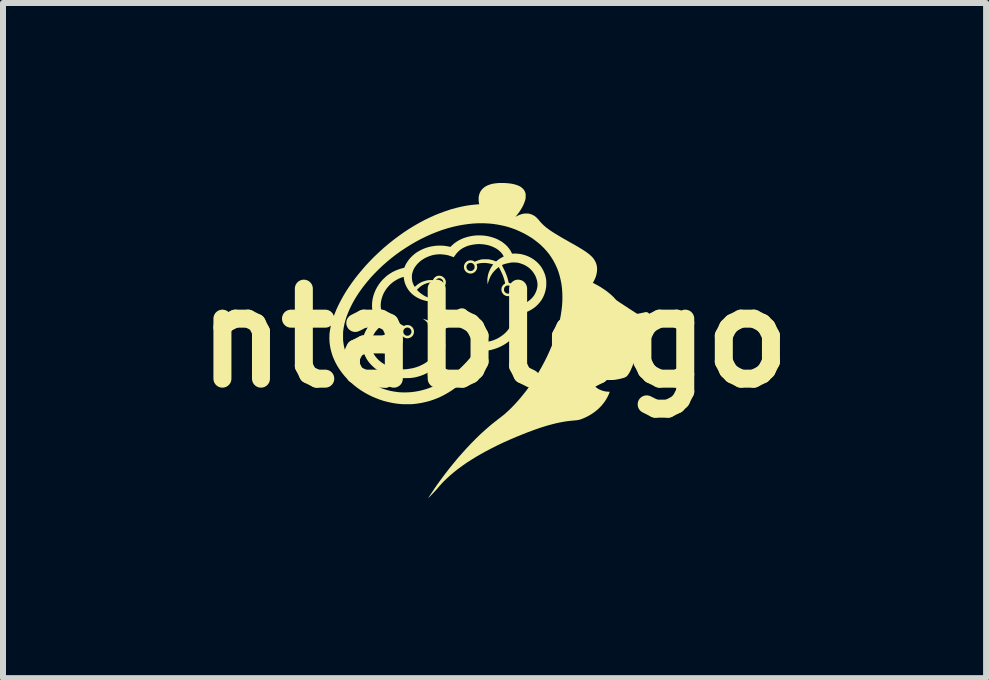
<source format=kicad_pcb>
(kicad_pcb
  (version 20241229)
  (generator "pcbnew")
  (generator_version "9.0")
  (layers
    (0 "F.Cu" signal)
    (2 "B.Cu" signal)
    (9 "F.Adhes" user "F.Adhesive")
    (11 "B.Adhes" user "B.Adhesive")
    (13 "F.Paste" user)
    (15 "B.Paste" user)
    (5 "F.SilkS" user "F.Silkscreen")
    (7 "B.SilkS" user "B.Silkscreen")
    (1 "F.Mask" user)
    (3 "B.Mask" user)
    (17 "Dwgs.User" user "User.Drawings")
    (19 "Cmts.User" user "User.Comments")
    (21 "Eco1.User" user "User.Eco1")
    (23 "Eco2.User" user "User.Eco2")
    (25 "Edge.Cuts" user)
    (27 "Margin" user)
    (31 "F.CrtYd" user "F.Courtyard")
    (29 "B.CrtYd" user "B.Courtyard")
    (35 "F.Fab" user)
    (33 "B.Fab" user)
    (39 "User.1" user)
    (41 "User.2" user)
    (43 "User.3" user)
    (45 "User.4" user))
  (footprint "ntablogo"
    (layer "F.Cu")
    (at 5.193 2.583)
    (property "Reference" "ntablogo" (at 0 0 0) (layer "F.SilkS") (effects (font (size 1.5 1.5) (thickness 0.3))))
    (attr board_only exclude_from_pos_files exclude_from_bom)
    (fp_poly (pts (xy 0.159 -2.583) (xy 0.206 -2.58) (xy 0.249 -2.576) (xy 0.289 -2.57) (xy 0.325 -2.562) (xy 0.358 -2.553) (xy 0.388 -2.542) (xy 0.41 -2.533) (xy 0.426 -2.524) (xy 0.439 -2.516) (xy 0.451 -2.507) (xy 0.463 -2.497) (xy 0.472 -2.488) (xy 0.485 -2.474) (xy 0.496 -2.459) (xy 0.504 -2.443) (xy 0.511 -2.425) (xy 0.514 -2.417) (xy 0.516 -2.41) (xy 0.518 -2.403) (xy 0.519 -2.396) (xy 0.519 -2.388) (xy 0.519 -2.379) (xy 0.519 -2.367) (xy 0.519 -2.349) (xy 0.518 -2.334) (xy 0.516 -2.319) (xy 0.513 -2.304) (xy 0.508 -2.287) (xy 0.504 -2.276) (xy 0.492 -2.243) (xy 0.477 -2.209) (xy 0.459 -2.174) (xy 0.437 -2.138) (xy 0.414 -2.102) (xy 0.387 -2.066) (xy 0.368 -2.042) (xy 0.348 -2.017) (xy 0.359 -2.024) (xy 0.373 -2.032) (xy 0.39 -2.04) (xy 0.408 -2.048) (xy 0.425 -2.055) (xy 0.438 -2.059) (xy 0.456 -2.065) (xy 0.472 -2.069) (xy 0.486 -2.072) (xy 0.502 -2.073) (xy 0.519 -2.074) (xy 0.532 -2.074) (xy 0.546 -2.074) (xy 0.556 -2.074) (xy 0.565 -2.073) (xy 0.572 -2.072) (xy 0.579 -2.07) (xy 0.587 -2.069) (xy 0.611 -2.061) (xy 0.633 -2.052) (xy 0.654 -2.041) (xy 0.674 -2.028) (xy 0.693 -2.013) (xy 0.712 -1.994) (xy 0.732 -1.973) (xy 0.749 -1.952) (xy 0.763 -1.935) (xy 0.778 -1.918) (xy 0.794 -1.902) (xy 0.81 -1.886) (xy 0.828 -1.87) (xy 0.847 -1.853) (xy 0.867 -1.837) (xy 0.89 -1.82) (xy 0.914 -1.802) (xy 0.94 -1.784) (xy 0.969 -1.765) (xy 1 -1.745) (xy 1.034 -1.725) (xy 1.07 -1.703) (xy 1.11 -1.679) (xy 1.153 -1.654) (xy 1.2 -1.628) (xy 1.224 -1.614) (xy 1.264 -1.591) (xy 1.302 -1.57) (xy 1.336 -1.551) (xy 1.368 -1.532) (xy 1.396 -1.516) (xy 1.422 -1.5) (xy 1.446 -1.486) (xy 1.468 -1.472) (xy 1.487 -1.46) (xy 1.505 -1.448) (xy 1.522 -1.437) (xy 1.538 -1.426) (xy 1.552 -1.415) (xy 1.566 -1.404) (xy 1.579 -1.394) (xy 1.592 -1.383) (xy 1.598 -1.377) (xy 1.626 -1.351) (xy 1.65 -1.323) (xy 1.669 -1.294) (xy 1.685 -1.263) (xy 1.697 -1.232) (xy 1.705 -1.199) (xy 1.709 -1.165) (xy 1.709 -1.13) (xy 1.705 -1.094) (xy 1.698 -1.056) (xy 1.689 -1.026) (xy 1.684 -1.011) (xy 1.677 -0.994) (xy 1.669 -0.977) (xy 1.661 -0.959) (xy 1.653 -0.943) (xy 1.645 -0.93) (xy 1.645 -0.929) (xy 1.638 -0.919) (xy 1.66 -0.908) (xy 1.714 -0.879) (xy 1.768 -0.848) (xy 1.82 -0.814) (xy 1.87 -0.779) (xy 1.916 -0.742) (xy 1.928 -0.732) (xy 1.941 -0.721) (xy 1.955 -0.708) (xy 1.97 -0.694) (xy 1.984 -0.68) (xy 1.997 -0.666) (xy 2.009 -0.653) (xy 2.018 -0.643) (xy 2.021 -0.64) (xy 2.023 -0.638) (xy 2.025 -0.635) (xy 2.028 -0.633) (xy 2.032 -0.63) (xy 2.036 -0.626) (xy 2.042 -0.622) (xy 2.049 -0.617) (xy 2.057 -0.612) (xy 2.067 -0.605) (xy 2.079 -0.597) (xy 2.093 -0.587) (xy 2.11 -0.576) (xy 2.129 -0.564) (xy 2.151 -0.549) (xy 2.176 -0.533) (xy 2.204 -0.515) (xy 2.234 -0.495) (xy 2.26 -0.478) (xy 2.283 -0.463) (xy 2.303 -0.45) (xy 2.321 -0.439) (xy 2.336 -0.429) (xy 2.348 -0.421) (xy 2.359 -0.415) (xy 2.367 -0.41) (xy 2.373 -0.406) (xy 2.378 -0.404) (xy 2.381 -0.403) (xy 2.382 -0.402) (xy 2.388 -0.403) (xy 2.397 -0.405) (xy 2.409 -0.407) (xy 2.422 -0.41) (xy 2.436 -0.413) (xy 2.451 -0.416) (xy 2.465 -0.419) (xy 2.477 -0.422) (xy 2.487 -0.424) (xy 2.487 -0.424) (xy 2.505 -0.428) (xy 2.52 -0.431) (xy 2.532 -0.431) (xy 2.543 -0.429) (xy 2.552 -0.425) (xy 2.561 -0.419) (xy 2.571 -0.411) (xy 2.573 -0.408) (xy 2.586 -0.392) (xy 2.596 -0.372) (xy 2.606 -0.349) (xy 2.613 -0.323) (xy 2.616 -0.309) (xy 2.618 -0.294) (xy 2.619 -0.276) (xy 2.62 -0.257) (xy 2.619 -0.237) (xy 2.618 -0.219) (xy 2.616 -0.203) (xy 2.615 -0.2) (xy 2.607 -0.17) (xy 2.597 -0.144) (xy 2.589 -0.129) (xy 2.584 -0.12) (xy 2.581 -0.114) (xy 2.58 -0.108) (xy 2.58 -0.102) (xy 2.58 -0.102) (xy 2.579 -0.089) (xy 2.577 -0.074) (xy 2.575 -0.059) (xy 2.572 -0.044) (xy 2.571 -0.041) (xy 2.563 -0.015) (xy 2.552 0.007) (xy 2.539 0.027) (xy 2.523 0.043) (xy 2.505 0.057) (xy 2.484 0.067) (xy 2.484 0.067) (xy 2.474 0.07) (xy 2.461 0.073) (xy 2.448 0.076) (xy 2.436 0.077) (xy 2.427 0.078) (xy 2.418 0.078) (xy 2.407 0.122) (xy 2.401 0.145) (xy 2.394 0.171) (xy 2.387 0.198) (xy 2.379 0.227) (xy 2.37 0.255) (xy 2.362 0.283) (xy 2.354 0.309) (xy 2.347 0.332) (xy 2.342 0.347) (xy 2.326 0.395) (xy 2.31 0.439) (xy 2.295 0.479) (xy 2.279 0.515) (xy 2.265 0.547) (xy 2.25 0.575) (xy 2.236 0.598) (xy 2.222 0.618) (xy 2.208 0.634) (xy 2.195 0.646) (xy 2.187 0.651) (xy 2.175 0.657) (xy 2.16 0.663) (xy 2.142 0.668) (xy 2.122 0.674) (xy 2.1 0.679) (xy 2.077 0.685) (xy 2.054 0.689) (xy 2.03 0.694) (xy 2.007 0.697) (xy 1.992 0.699) (xy 1.981 0.7) (xy 1.966 0.701) (xy 1.949 0.701) (xy 1.931 0.701) (xy 1.911 0.702) (xy 1.891 0.701) (xy 1.872 0.701) (xy 1.855 0.701) (xy 1.84 0.7) (xy 1.828 0.699) (xy 1.828 0.699) (xy 1.789 0.694) (xy 1.751 0.689) (xy 1.715 0.682) (xy 1.677 0.673) (xy 1.653 0.668) (xy 1.641 0.665) (xy 1.63 0.662) (xy 1.621 0.66) (xy 1.615 0.659) (xy 1.612 0.658) (xy 1.612 0.658) (xy 1.612 0.661) (xy 1.613 0.666) (xy 1.614 0.674) (xy 1.616 0.682) (xy 1.624 0.715) (xy 1.636 0.745) (xy 1.65 0.772) (xy 1.667 0.796) (xy 1.686 0.818) (xy 1.709 0.836) (xy 1.719 0.843) (xy 1.745 0.858) (xy 1.774 0.87) (xy 1.805 0.881) (xy 1.837 0.889) (xy 1.868 0.894) (xy 1.899 0.896) (xy 1.902 0.896) (xy 1.91 0.896) (xy 1.916 0.896) (xy 1.92 0.897) (xy 1.92 0.897) (xy 1.919 0.9) (xy 1.917 0.907) (xy 1.913 0.916) (xy 1.909 0.927) (xy 1.904 0.939) (xy 1.899 0.951) (xy 1.893 0.963) (xy 1.888 0.974) (xy 1.888 0.974) (xy 1.862 1.021) (xy 1.833 1.066) (xy 1.8 1.108) (xy 1.764 1.149) (xy 1.725 1.187) (xy 1.683 1.222) (xy 1.638 1.255) (xy 1.59 1.285) (xy 1.539 1.313) (xy 1.485 1.338) (xy 1.474 1.342) (xy 1.458 1.348) (xy 1.444 1.354) (xy 1.431 1.359) (xy 1.418 1.362) (xy 1.406 1.365) (xy 1.393 1.368) (xy 1.378 1.37) (xy 1.362 1.372) (xy 1.343 1.374) (xy 1.321 1.376) (xy 1.31 1.377) (xy 1.257 1.382) (xy 1.202 1.389) (xy 1.145 1.398) (xy 1.086 1.409) (xy 1.026 1.422) (xy 0.963 1.438) (xy 0.899 1.455) (xy 0.832 1.475) (xy 0.762 1.497) (xy 0.69 1.522) (xy 0.616 1.549) (xy 0.538 1.578) (xy 0.458 1.61) (xy 0.374 1.644) (xy 0.358 1.651) (xy 0.252 1.696) (xy 0.149 1.742) (xy 0.05 1.789) (xy -0.045 1.837) (xy -0.137 1.885) (xy -0.226 1.934) (xy -0.31 1.983) (xy -0.391 2.033) (xy -0.469 2.083) (xy -0.542 2.134) (xy -0.612 2.186) (xy -0.678 2.238) (xy -0.739 2.29) (xy -0.797 2.343) (xy -0.834 2.379) (xy -0.85 2.394) (xy -0.865 2.41) (xy -0.88 2.426) (xy -0.895 2.443) (xy -0.912 2.461) (xy -0.93 2.482) (xy -0.946 2.502) (xy -0.954 2.511) (xy -0.964 2.522) (xy -0.975 2.534) (xy -0.987 2.547) (xy -0.999 2.56) (xy -1.012 2.574) (xy -1.025 2.588) (xy -1.038 2.602) (xy -1.051 2.615) (xy -1.063 2.628) (xy -1.074 2.639) (xy -1.084 2.649) (xy -1.092 2.658) (xy -1.098 2.664) (xy -1.103 2.668) (xy -1.105 2.67) (xy -1.105 2.669) (xy -1.102 2.664) (xy -1.098 2.657) (xy -1.091 2.646) (xy -1.083 2.633) (xy -1.073 2.619) (xy -1.063 2.603) (xy -1.051 2.585) (xy -1.039 2.567) (xy -1.027 2.549) (xy -1.014 2.53) (xy -1.002 2.512) (xy -0.99 2.494) (xy -0.978 2.478) (xy -0.968 2.462) (xy -0.966 2.459) (xy -0.897 2.364) (xy -0.827 2.27) (xy -0.756 2.178) (xy -0.683 2.088) (xy -0.61 2) (xy -0.535 1.915) (xy -0.461 1.833) (xy -0.386 1.754) (xy -0.311 1.678) (xy -0.236 1.605) (xy -0.161 1.537) (xy -0.129 1.509) (xy -0.09 1.475) (xy -0.051 1.442) (xy -0.011 1.41) (xy 0.03 1.378) (xy 0.073 1.344) (xy 0.082 1.337) (xy 0.116 1.311) (xy 0.148 1.286) (xy 0.178 1.261) (xy 0.206 1.235) (xy 0.235 1.209) (xy 0.265 1.18) (xy 0.282 1.163) (xy 0.344 1.099) (xy 0.405 1.031) (xy 0.465 0.959) (xy 0.524 0.885) (xy 0.581 0.808) (xy 0.636 0.728) (xy 0.689 0.646) (xy 0.74 0.562) (xy 0.789 0.476) (xy 0.835 0.39) (xy 0.879 0.302) (xy 0.919 0.213) (xy 0.957 0.125) (xy 0.96 0.118) (xy 0.992 0.033) (xy 1.022 -0.052) (xy 1.047 -0.135) (xy 1.07 -0.218) (xy 1.089 -0.299) (xy 1.104 -0.379) (xy 1.116 -0.458) (xy 1.125 -0.535) (xy 1.13 -0.611) (xy 1.131 -0.686) (xy 1.129 -0.759) (xy 1.124 -0.83) (xy 1.115 -0.9) (xy 1.102 -0.967) (xy 1.086 -1.033) (xy 1.067 -1.097) (xy 1.044 -1.159) (xy 1.037 -1.175) (xy 1.009 -1.235) (xy 0.978 -1.293) (xy 0.943 -1.349) (xy 0.905 -1.403) (xy 0.863 -1.454) (xy 0.818 -1.503) (xy 0.77 -1.55) (xy 0.718 -1.594) (xy 0.663 -1.636) (xy 0.624 -1.664) (xy 0.558 -1.705) (xy 0.49 -1.743) (xy 0.421 -1.776) (xy 0.351 -1.807) (xy 0.279 -1.833) (xy 0.205 -1.856) (xy 0.13 -1.874) (xy 0.053 -1.889) (xy -0.024 -1.901) (xy -0.104 -1.908) (xy -0.184 -1.912) (xy -0.265 -1.912) (xy -0.348 -1.908) (xy -0.431 -1.9) (xy -0.516 -1.888) (xy -0.602 -1.873) (xy -0.606 -1.872) (xy -0.694 -1.852) (xy -0.783 -1.828) (xy -0.872 -1.8) (xy -0.96 -1.768) (xy -1.048 -1.733) (xy -1.135 -1.694) (xy -1.222 -1.652) (xy -1.308 -1.606) (xy -1.393 -1.557) (xy -1.476 -1.505) (xy -1.558 -1.451) (xy -1.639 -1.393) (xy -1.717 -1.333) (xy -1.793 -1.27) (xy -1.868 -1.204) (xy -1.939 -1.136) (xy -2.008 -1.066) (xy -2.075 -0.994) (xy -2.078 -0.989) (xy -2.131 -0.927) (xy -2.181 -0.864) (xy -2.228 -0.801) (xy -2.272 -0.737) (xy -2.313 -0.673) (xy -2.35 -0.61) (xy -2.384 -0.546) (xy -2.415 -0.482) (xy -2.442 -0.419) (xy -2.466 -0.357) (xy -2.486 -0.295) (xy -2.502 -0.234) (xy -2.514 -0.174) (xy -2.521 -0.125) (xy -2.523 -0.113) (xy -2.524 -0.098) (xy -2.524 -0.08) (xy -2.525 -0.06) (xy -2.525 -0.039) (xy -2.525 -0.018) (xy -2.525 0.002) (xy -2.525 0.021) (xy -2.524 0.038) (xy -2.523 0.052) (xy -2.522 0.057) (xy -2.514 0.116) (xy -2.501 0.175) (xy -2.485 0.232) (xy -2.464 0.288) (xy -2.44 0.343) (xy -2.412 0.396) (xy -2.38 0.448) (xy -2.345 0.498) (xy -2.311 0.54) (xy -2.274 0.581) (xy -2.234 0.621) (xy -2.192 0.658) (xy -2.149 0.692) (xy -2.145 0.696) (xy -2.091 0.733) (xy -2.035 0.767) (xy -1.978 0.798) (xy -1.919 0.824) (xy -1.859 0.847) (xy -1.796 0.867) (xy -1.732 0.883) (xy -1.666 0.895) (xy -1.597 0.904) (xy -1.592 0.904) (xy -1.579 0.905) (xy -1.563 0.906) (xy -1.544 0.907) (xy -1.523 0.907) (xy -1.501 0.907) (xy -1.479 0.907) (xy -1.457 0.907) (xy -1.436 0.906) (xy -1.417 0.905) (xy -1.401 0.904) (xy -1.389 0.903) (xy -1.324 0.895) (xy -1.262 0.884) (xy -1.202 0.87) (xy -1.143 0.853) (xy -1.084 0.833) (xy -1.026 0.809) (xy -0.966 0.782) (xy -0.948 0.773) (xy -0.882 0.738) (xy -0.818 0.699) (xy -0.755 0.657) (xy -0.692 0.61) (xy -0.632 0.56) (xy -0.572 0.506) (xy -0.513 0.448) (xy -0.455 0.387) (xy -0.398 0.321) (xy -0.37 0.286) (xy -0.336 0.243) (xy -0.302 0.196) (xy -0.268 0.148) (xy -0.248 0.119) (xy -0.241 0.108) (xy -0.236 0.1) (xy -0.232 0.094) (xy -0.23 0.089) (xy -0.229 0.085) (xy -0.229 0.083) (xy -0.229 0.075) (xy -0.197 0.073) (xy -0.153 0.07) (xy -0.11 0.063) (xy -0.067 0.053) (xy -0.026 0.041) (xy 0.013 0.025) (xy 0.052 0.007) (xy 0.088 -0.014) (xy 0.122 -0.037) (xy 0.155 -0.062) (xy 0.184 -0.089) (xy 0.211 -0.118) (xy 0.235 -0.148) (xy 0.256 -0.18) (xy 0.273 -0.214) (xy 0.287 -0.248) (xy 0.295 -0.275) (xy 0.297 -0.282) (xy 0.298 -0.288) (xy 0.299 -0.295) (xy 0.299 -0.302) (xy 0.3 -0.312) (xy 0.3 -0.323) (xy 0.3 -0.338) (xy 0.3 -0.341) (xy 0.3 -0.356) (xy 0.3 -0.369) (xy 0.299 -0.381) (xy 0.298 -0.392) (xy 0.297 -0.403) (xy 0.294 -0.415) (xy 0.291 -0.428) (xy 0.288 -0.442) (xy 0.283 -0.459) (xy 0.277 -0.48) (xy 0.275 -0.486) (xy 0.271 -0.5) (xy 0.268 -0.513) (xy 0.265 -0.523) (xy 0.262 -0.532) (xy 0.261 -0.537) (xy 0.26 -0.539) (xy 0.26 -0.539) (xy 0.263 -0.54) (xy 0.268 -0.54) (xy 0.277 -0.54) (xy 0.288 -0.541) (xy 0.302 -0.541) (xy 0.317 -0.542) (xy 0.322 -0.542) (xy 0.344 -0.543) (xy 0.363 -0.544) (xy 0.379 -0.545) (xy 0.394 -0.547) (xy 0.407 -0.549) (xy 0.419 -0.551) (xy 0.432 -0.554) (xy 0.444 -0.557) (xy 0.48 -0.568) (xy 0.514 -0.583) (xy 0.547 -0.602) (xy 0.577 -0.623) (xy 0.605 -0.647) (xy 0.631 -0.673) (xy 0.654 -0.702) (xy 0.673 -0.733) (xy 0.689 -0.766) (xy 0.702 -0.8) (xy 0.706 -0.817) (xy 0.712 -0.842) (xy 0.715 -0.866) (xy 0.716 -0.888) (xy 0.715 -0.911) (xy 0.712 -0.936) (xy 0.706 -0.962) (xy 0.704 -0.971) (xy 0.692 -1.007) (xy 0.677 -1.042) (xy 0.657 -1.075) (xy 0.635 -1.107) (xy 0.608 -1.137) (xy 0.607 -1.138) (xy 0.578 -1.166) (xy 0.546 -1.189) (xy 0.512 -1.21) (xy 0.475 -1.227) (xy 0.437 -1.241) (xy 0.397 -1.252) (xy 0.38 -1.255) (xy 0.368 -1.256) (xy 0.353 -1.257) (xy 0.335 -1.258) (xy 0.321 -1.258) (xy 0.306 -1.258) (xy 0.295 -1.258) (xy 0.286 -1.257) (xy 0.278 -1.257) (xy 0.269 -1.255) (xy 0.26 -1.254) (xy 0.252 -1.252) (xy 0.238 -1.249) (xy 0.224 -1.246) (xy 0.209 -1.243) (xy 0.197 -1.24) (xy 0.197 -1.24) (xy 0.187 -1.238) (xy 0.176 -1.234) (xy 0.164 -1.231) (xy 0.153 -1.227) (xy 0.143 -1.223) (xy 0.134 -1.219) (xy 0.128 -1.216) (xy 0.125 -1.213) (xy 0.125 -1.213) (xy 0.126 -1.211) (xy 0.128 -1.205) (xy 0.131 -1.197) (xy 0.136 -1.187) (xy 0.142 -1.175) (xy 0.146 -1.167) (xy 0.161 -1.136) (xy 0.174 -1.109) (xy 0.185 -1.083) (xy 0.195 -1.059) (xy 0.204 -1.035) (xy 0.212 -1.012) (xy 0.219 -0.988) (xy 0.226 -0.962) (xy 0.227 -0.957) (xy 0.231 -0.943) (xy 0.233 -0.932) (xy 0.236 -0.925) (xy 0.238 -0.92) (xy 0.239 -0.918) (xy 0.241 -0.917) (xy 0.241 -0.917) (xy 0.261 -0.912) (xy 0.28 -0.903) (xy 0.297 -0.891) (xy 0.311 -0.876) (xy 0.323 -0.859) (xy 0.329 -0.844) (xy 0.333 -0.828) (xy 0.335 -0.811) (xy 0.334 -0.793) (xy 0.331 -0.776) (xy 0.33 -0.772) (xy 0.321 -0.753) (xy 0.31 -0.736) (xy 0.295 -0.722) (xy 0.278 -0.71) (xy 0.26 -0.702) (xy 0.24 -0.698) (xy 0.225 -0.697) (xy 0.204 -0.698) (xy 0.185 -0.704) (xy 0.167 -0.713) (xy 0.151 -0.725) (xy 0.138 -0.739) (xy 0.127 -0.756) (xy 0.119 -0.775) (xy 0.115 -0.796) (xy 0.115 -0.8) (xy 0.157 -0.8) (xy 0.158 -0.793) (xy 0.159 -0.787) (xy 0.161 -0.781) (xy 0.162 -0.78) (xy 0.171 -0.766) (xy 0.182 -0.754) (xy 0.195 -0.745) (xy 0.209 -0.74) (xy 0.225 -0.739) (xy 0.241 -0.741) (xy 0.255 -0.746) (xy 0.269 -0.755) (xy 0.281 -0.767) (xy 0.288 -0.78) (xy 0.291 -0.786) (xy 0.292 -0.792) (xy 0.293 -0.798) (xy 0.293 -0.807) (xy 0.292 -0.809) (xy 0.291 -0.824) (xy 0.287 -0.837) (xy 0.28 -0.848) (xy 0.273 -0.856) (xy 0.263 -0.864) (xy 0.254 -0.87) (xy 0.243 -0.873) (xy 0.23 -0.874) (xy 0.225 -0.874) (xy 0.211 -0.874) (xy 0.2 -0.871) (xy 0.19 -0.867) (xy 0.181 -0.859) (xy 0.177 -0.856) (xy 0.168 -0.846) (xy 0.162 -0.834) (xy 0.159 -0.821) (xy 0.158 -0.809) (xy 0.157 -0.8) (xy 0.115 -0.8) (xy 0.115 -0.8) (xy 0.115 -0.82) (xy 0.119 -0.84) (xy 0.127 -0.859) (xy 0.138 -0.875) (xy 0.151 -0.89) (xy 0.161 -0.897) (xy 0.167 -0.902) (xy 0.173 -0.905) (xy 0.176 -0.906) (xy 0.176 -0.907) (xy 0.177 -0.908) (xy 0.176 -0.913) (xy 0.174 -0.922) (xy 0.172 -0.934) (xy 0.17 -0.942) (xy 0.16 -0.976) (xy 0.15 -1.009) (xy 0.139 -1.04) (xy 0.129 -1.064) (xy 0.125 -1.074) (xy 0.119 -1.086) (xy 0.113 -1.098) (xy 0.107 -1.112) (xy 0.1 -1.126) (xy 0.093 -1.139) (xy 0.087 -1.151) (xy 0.082 -1.162) (xy 0.077 -1.171) (xy 0.074 -1.177) (xy 0.071 -1.181) (xy 0.071 -1.181) (xy 0.068 -1.18) (xy 0.064 -1.177) (xy 0.059 -1.173) (xy 0.026 -1.146) (xy -0.004 -1.116) (xy -0.031 -1.084) (xy -0.054 -1.05) (xy -0.054 -1.049) (xy -0.068 -1.025) (xy -0.08 -0.999) (xy -0.091 -0.971) (xy -0.101 -0.944) (xy -0.108 -0.918) (xy -0.109 -0.912) (xy -0.111 -0.905) (xy -0.112 -0.901) (xy -0.113 -0.899) (xy -0.114 -0.901) (xy -0.116 -0.907) (xy -0.117 -0.916) (xy -0.118 -0.929) (xy -0.118 -0.932) (xy -0.12 -0.967) (xy -0.117 -1.003) (xy -0.111 -1.039) (xy -0.102 -1.076) (xy -0.089 -1.111) (xy -0.073 -1.146) (xy -0.055 -1.179) (xy -0.036 -1.207) (xy -0.031 -1.214) (xy -0.026 -1.22) (xy -0.024 -1.223) (xy -0.024 -1.224) (xy -0.026 -1.226) (xy -0.031 -1.228) (xy -0.039 -1.23) (xy -0.05 -1.233) (xy -0.062 -1.236) (xy -0.075 -1.239) (xy -0.089 -1.242) (xy -0.103 -1.244) (xy -0.116 -1.246) (xy -0.124 -1.247) (xy -0.138 -1.249) (xy -0.154 -1.25) (xy -0.171 -1.25) (xy -0.19 -1.25) (xy -0.207 -1.249) (xy -0.223 -1.248) (xy -0.236 -1.247) (xy -0.238 -1.246) (xy -0.247 -1.245) (xy -0.257 -1.243) (xy -0.267 -1.241) (xy -0.277 -1.238) (xy -0.286 -1.236) (xy -0.293 -1.234) (xy -0.298 -1.232) (xy -0.298 -1.232) (xy -0.298 -1.23) (xy -0.297 -1.225) (xy -0.295 -1.218) (xy -0.295 -1.218) (xy -0.292 -1.206) (xy -0.29 -1.191) (xy -0.29 -1.177) (xy -0.291 -1.163) (xy -0.294 -1.153) (xy -0.302 -1.133) (xy -0.314 -1.115) (xy -0.328 -1.1) (xy -0.344 -1.089) (xy -0.362 -1.08) (xy -0.381 -1.075) (xy -0.401 -1.073) (xy -0.421 -1.075) (xy -0.422 -1.075) (xy -0.442 -1.082) (xy -0.46 -1.091) (xy -0.476 -1.103) (xy -0.489 -1.118) (xy -0.499 -1.135) (xy -0.506 -1.153) (xy -0.51 -1.173) (xy -0.51 -1.191) (xy -0.468 -1.191) (xy -0.468 -1.176) (xy -0.465 -1.161) (xy -0.458 -1.147) (xy -0.449 -1.135) (xy -0.44 -1.128) (xy -0.43 -1.122) (xy -0.421 -1.118) (xy -0.412 -1.117) (xy -0.4 -1.116) (xy -0.398 -1.116) (xy -0.387 -1.117) (xy -0.38 -1.118) (xy -0.373 -1.121) (xy -0.37 -1.122) (xy -0.356 -1.132) (xy -0.345 -1.144) (xy -0.338 -1.154) (xy -0.336 -1.159) (xy -0.334 -1.164) (xy -0.333 -1.171) (xy -0.333 -1.179) (xy -0.333 -1.183) (xy -0.333 -1.194) (xy -0.334 -1.201) (xy -0.335 -1.207) (xy -0.337 -1.212) (xy -0.337 -1.212) (xy -0.347 -1.227) (xy -0.358 -1.238) (xy -0.37 -1.245) (xy -0.386 -1.251) (xy -0.401 -1.252) (xy -0.417 -1.25) (xy -0.432 -1.244) (xy -0.446 -1.235) (xy -0.448 -1.232) (xy -0.458 -1.22) (xy -0.465 -1.206) (xy -0.468 -1.191) (xy -0.51 -1.191) (xy -0.51 -1.194) (xy -0.507 -1.21) (xy -0.501 -1.228) (xy -0.492 -1.245) (xy -0.48 -1.26) (xy -0.466 -1.273) (xy -0.451 -1.282) (xy -0.433 -1.289) (xy -0.413 -1.293) (xy -0.393 -1.294) (xy -0.373 -1.291) (xy -0.354 -1.285) (xy -0.34 -1.277) (xy -0.33 -1.27) (xy -0.311 -1.279) (xy -0.286 -1.289) (xy -0.259 -1.299) (xy -0.232 -1.306) (xy -0.225 -1.307) (xy -0.217 -1.309) (xy -0.209 -1.31) (xy -0.202 -1.311) (xy -0.193 -1.311) (xy -0.183 -1.312) (xy -0.17 -1.312) (xy -0.154 -1.312) (xy -0.152 -1.312) (xy -0.136 -1.312) (xy -0.123 -1.312) (xy -0.112 -1.311) (xy -0.103 -1.311) (xy -0.095 -1.31) (xy -0.087 -1.309) (xy -0.079 -1.307) (xy -0.078 -1.307) (xy -0.057 -1.302) (xy -0.035 -1.297) (xy -0.014 -1.29) (xy 0.005 -1.283) (xy 0.008 -1.282) (xy 0.016 -1.279) (xy 0.022 -1.277) (xy 0.025 -1.276) (xy 0.025 -1.276) (xy 0.028 -1.277) (xy 0.032 -1.281) (xy 0.038 -1.285) (xy 0.043 -1.289) (xy 0.065 -1.306) (xy 0.088 -1.322) (xy 0.113 -1.337) (xy 0.127 -1.344) (xy 0.136 -1.349) (xy 0.144 -1.353) (xy 0.15 -1.356) (xy 0.153 -1.357) (xy 0.153 -1.357) (xy 0.152 -1.359) (xy 0.15 -1.364) (xy 0.146 -1.371) (xy 0.142 -1.379) (xy 0.137 -1.387) (xy 0.132 -1.395) (xy 0.129 -1.399) (xy 0.12 -1.41) (xy 0.11 -1.422) (xy 0.098 -1.435) (xy 0.085 -1.447) (xy 0.073 -1.458) (xy 0.066 -1.464) (xy 0.034 -1.487) (xy -0.001 -1.506) (xy -0.038 -1.523) (xy -0.078 -1.538) (xy -0.119 -1.549) (xy -0.161 -1.557) (xy -0.204 -1.562) (xy -0.248 -1.565) (xy -0.292 -1.564) (xy -0.336 -1.559) (xy -0.379 -1.552) (xy -0.422 -1.542) (xy -0.442 -1.536) (xy -0.481 -1.521) (xy -0.517 -1.504) (xy -0.551 -1.484) (xy -0.581 -1.462) (xy -0.609 -1.436) (xy -0.635 -1.408) (xy -0.657 -1.378) (xy -0.666 -1.366) (xy -0.672 -1.357) (xy -0.676 -1.352) (xy -0.68 -1.348) (xy -0.682 -1.347) (xy -0.683 -1.347) (xy -0.694 -1.351) (xy -0.707 -1.356) (xy -0.721 -1.36) (xy -0.736 -1.365) (xy -0.749 -1.37) (xy -0.762 -1.374) (xy -0.772 -1.377) (xy -0.775 -1.378) (xy -0.819 -1.387) (xy -0.863 -1.392) (xy -0.908 -1.395) (xy -0.951 -1.393) (xy -0.994 -1.388) (xy -1.035 -1.38) (xy -1.047 -1.376) (xy -1.088 -1.363) (xy -1.127 -1.347) (xy -1.164 -1.329) (xy -1.198 -1.308) (xy -1.231 -1.285) (xy -1.26 -1.26) (xy -1.287 -1.233) (xy -1.31 -1.205) (xy -1.331 -1.175) (xy -1.348 -1.144) (xy -1.361 -1.112) (xy -1.371 -1.079) (xy -1.375 -1.061) (xy -1.377 -1.043) (xy -1.378 -1.024) (xy -1.377 -1.003) (xy -1.376 -0.982) (xy -1.374 -0.963) (xy -1.371 -0.947) (xy -1.371 -0.945) (xy -1.363 -0.919) (xy -1.353 -0.893) (xy -1.342 -0.871) (xy -1.337 -0.862) (xy -1.334 -0.856) (xy -1.331 -0.854) (xy -1.328 -0.854) (xy -1.324 -0.857) (xy -1.318 -0.862) (xy -1.315 -0.864) (xy -1.286 -0.889) (xy -1.255 -0.91) (xy -1.223 -0.928) (xy -0.99 -0.928) (xy -0.99 -0.919) (xy -0.989 -0.912) (xy -0.987 -0.905) (xy -0.984 -0.898) (xy -0.984 -0.897) (xy -0.975 -0.883) (xy -0.963 -0.872) (xy -0.949 -0.864) (xy -0.948 -0.863) (xy -0.936 -0.86) (xy -0.922 -0.859) (xy -0.908 -0.86) (xy -0.895 -0.864) (xy -0.892 -0.866) (xy -0.88 -0.873) (xy -0.87 -0.884) (xy -0.862 -0.895) (xy -0.858 -0.904) (xy -0.854 -0.919) (xy -0.854 -0.934) (xy -0.858 -0.949) (xy -0.864 -0.963) (xy -0.874 -0.975) (xy -0.886 -0.985) (xy -0.893 -0.989) (xy -0.91 -0.994) (xy -0.926 -0.996) (xy -0.941 -0.993) (xy -0.956 -0.986) (xy -0.97 -0.976) (xy -0.974 -0.972) (xy -0.982 -0.961) (xy -0.987 -0.95) (xy -0.99 -0.937) (xy -0.99 -0.928) (xy -1.223 -0.928) (xy -1.221 -0.929) (xy -1.186 -0.943) (xy -1.15 -0.954) (xy -1.133 -0.958) (xy -1.118 -0.961) (xy -1.101 -0.963) (xy -1.083 -0.964) (xy -1.066 -0.965) (xy -1.051 -0.965) (xy -1.047 -0.965) (xy -1.027 -0.964) (xy -1.021 -0.976) (xy -1.016 -0.985) (xy -1.009 -0.995) (xy -1.002 -1.003) (xy -0.987 -1.017) (xy -0.97 -1.027) (xy -0.952 -1.034) (xy -0.934 -1.037) (xy -0.916 -1.037) (xy -0.898 -1.035) (xy -0.881 -1.029) (xy -0.864 -1.021) (xy -0.85 -1.01) (xy -0.837 -0.997) (xy -0.826 -0.982) (xy -0.818 -0.965) (xy -0.813 -0.946) (xy -0.812 -0.927) (xy -0.814 -0.906) (xy -0.819 -0.886) (xy -0.828 -0.869) (xy -0.841 -0.853) (xy -0.855 -0.839) (xy -0.873 -0.828) (xy -0.892 -0.821) (xy -0.9 -0.819) (xy -0.913 -0.817) (xy -0.924 -0.816) (xy -0.935 -0.817) (xy -0.945 -0.819) (xy -0.964 -0.825) (xy -0.983 -0.835) (xy -0.999 -0.847) (xy -1.012 -0.863) (xy -1.022 -0.88) (xy -1.029 -0.899) (xy -1.031 -0.907) (xy -1.032 -0.915) (xy -1.032 -0.919) (xy -1.032 -0.927) (xy -1.043 -0.927) (xy -1.065 -0.925) (xy -1.089 -0.922) (xy -1.115 -0.916) (xy -1.14 -0.908) (xy -1.164 -0.899) (xy -1.177 -0.893) (xy -1.198 -0.882) (xy -1.216 -0.871) (xy -1.234 -0.858) (xy -1.252 -0.843) (xy -1.267 -0.829) (xy -1.294 -0.802) (xy -1.276 -0.783) (xy -1.248 -0.757) (xy -1.216 -0.733) (xy -1.182 -0.71) (xy -1.145 -0.69) (xy -1.106 -0.673) (xy -1.066 -0.658) (xy -1.049 -0.652) (xy -1.033 -0.648) (xy -1.016 -0.644) (xy -0.997 -0.64) (xy -0.978 -0.636) (xy -0.96 -0.633) (xy -0.942 -0.63) (xy -0.927 -0.628) (xy -0.914 -0.627) (xy -0.907 -0.627) (xy -0.901 -0.626) (xy -0.898 -0.625) (xy -0.9 -0.624) (xy -0.905 -0.622) (xy -0.914 -0.62) (xy -0.917 -0.619) (xy -0.963 -0.611) (xy -1.01 -0.607) (xy -1.056 -0.607) (xy -1.103 -0.611) (xy -1.149 -0.619) (xy -1.195 -0.632) (xy -1.205 -0.635) (xy -1.232 -0.645) (xy -1.26 -0.658) (xy -1.288 -0.672) (xy -1.315 -0.688) (xy -1.34 -0.705) (xy -1.352 -0.714) (xy -1.384 -0.741) (xy -1.412 -0.771) (xy -1.437 -0.803) (xy -1.459 -0.837) (xy -1.478 -0.874) (xy -1.493 -0.911) (xy -1.504 -0.951) (xy -1.511 -0.991) (xy -1.512 -0.996) (xy -1.513 -1.006) (xy -1.514 -1.012) (xy -1.515 -1.016) (xy -1.517 -1.017) (xy -1.517 -1.017) (xy -1.521 -1.016) (xy -1.529 -1.014) (xy -1.538 -1.011) (xy -1.55 -1.007) (xy -1.562 -1.003) (xy -1.574 -0.998) (xy -1.586 -0.993) (xy -1.596 -0.988) (xy -1.602 -0.986) (xy -1.64 -0.965) (xy -1.677 -0.942) (xy -1.711 -0.916) (xy -1.743 -0.888) (xy -1.772 -0.857) (xy -1.798 -0.825) (xy -1.822 -0.79) (xy -1.843 -0.755) (xy -1.86 -0.718) (xy -1.874 -0.68) (xy -1.885 -0.641) (xy -1.893 -0.602) (xy -1.897 -0.563) (xy -1.897 -0.523) (xy -1.893 -0.484) (xy -1.888 -0.454) (xy -1.881 -0.429) (xy -1.874 -0.405) (xy -1.864 -0.381) (xy -1.86 -0.373) (xy -1.854 -0.361) (xy -1.847 -0.349) (xy -1.84 -0.338) (xy -1.833 -0.327) (xy -1.827 -0.318) (xy -1.821 -0.311) (xy -1.817 -0.307) (xy -1.815 -0.305) (xy -1.811 -0.305) (xy -1.804 -0.304) (xy -1.795 -0.303) (xy -1.784 -0.302) (xy -1.778 -0.301) (xy -1.747 -0.297) (xy -1.718 -0.292) (xy -1.691 -0.286) (xy -1.664 -0.277) (xy -1.637 -0.267) (xy -1.61 -0.254) (xy -1.581 -0.239) (xy -1.55 -0.221) (xy -1.541 -0.216) (xy -1.513 -0.199) (xy -1.502 -0.204) (xy -1.482 -0.212) (xy -1.462 -0.215) (xy -1.442 -0.215) (xy -1.422 -0.211) (xy -1.403 -0.204) (xy -1.386 -0.193) (xy -1.373 -0.181) (xy -1.36 -0.165) (xy -1.351 -0.147) (xy -1.345 -0.128) (xy -1.343 -0.11) (xy -1.344 -0.091) (xy -1.347 -0.073) (xy -1.354 -0.055) (xy -1.364 -0.039) (xy -1.377 -0.025) (xy -1.392 -0.013) (xy -1.409 -0.004) (xy -1.429 0.003) (xy -1.431 0.003) (xy -1.443 0.005) (xy -1.454 0.006) (xy -1.465 0.005) (xy -1.475 0.003) (xy -1.495 -0.003) (xy -1.513 -0.013) (xy -1.529 -0.026) (xy -1.543 -0.041) (xy -1.553 -0.059) (xy -1.559 -0.073) (xy -1.563 -0.091) (xy -1.563 -0.106) (xy -1.521 -0.106) (xy -1.52 -0.091) (xy -1.517 -0.082) (xy -1.51 -0.068) (xy -1.5 -0.056) (xy -1.488 -0.046) (xy -1.474 -0.039) (xy -1.472 -0.039) (xy -1.463 -0.037) (xy -1.452 -0.037) (xy -1.441 -0.038) (xy -1.43 -0.04) (xy -1.428 -0.041) (xy -1.414 -0.049) (xy -1.402 -0.059) (xy -1.393 -0.073) (xy -1.392 -0.076) (xy -1.388 -0.083) (xy -1.386 -0.09) (xy -1.385 -0.096) (xy -1.385 -0.105) (xy -1.385 -0.106) (xy -1.386 -0.12) (xy -1.39 -0.132) (xy -1.396 -0.143) (xy -1.402 -0.15) (xy -1.414 -0.161) (xy -1.428 -0.169) (xy -1.443 -0.173) (xy -1.458 -0.174) (xy -1.473 -0.171) (xy -1.487 -0.165) (xy -1.499 -0.156) (xy -1.51 -0.144) (xy -1.515 -0.135) (xy -1.519 -0.121) (xy -1.521 -0.106) (xy -1.563 -0.106) (xy -1.563 -0.111) (xy -1.561 -0.13) (xy -1.558 -0.139) (xy -1.553 -0.154) (xy -1.579 -0.17) (xy -1.597 -0.18) (xy -1.616 -0.19) (xy -1.635 -0.2) (xy -1.654 -0.209) (xy -1.671 -0.216) (xy -1.686 -0.222) (xy -1.688 -0.223) (xy -1.717 -0.231) (xy -1.749 -0.238) (xy -1.775 -0.241) (xy -1.789 -0.243) (xy -1.8 -0.244) (xy -1.808 -0.245) (xy -1.815 -0.244) (xy -1.821 -0.242) (xy -1.828 -0.239) (xy -1.836 -0.234) (xy -1.844 -0.229) (xy -1.88 -0.205) (xy -1.913 -0.179) (xy -1.942 -0.154) (xy -1.967 -0.127) (xy -1.989 -0.099) (xy -2.008 -0.069) (xy -2.023 -0.042) (xy -2.037 -0.008) (xy -2.047 0.026) (xy -2.054 0.062) (xy -2.056 0.098) (xy -2.055 0.133) (xy -2.05 0.169) (xy -2.041 0.203) (xy -2.04 0.204) (xy -2.027 0.239) (xy -2.01 0.272) (xy -1.989 0.304) (xy -1.964 0.335) (xy -1.937 0.364) (xy -1.906 0.391) (xy -1.872 0.416) (xy -1.836 0.439) (xy -1.797 0.46) (xy -1.756 0.478) (xy -1.745 0.481) (xy -1.707 0.494) (xy -1.667 0.505) (xy -1.627 0.513) (xy -1.587 0.519) (xy -1.547 0.523) (xy -1.509 0.523) (xy -1.474 0.521) (xy -1.47 0.521) (xy -1.414 0.513) (xy -1.36 0.503) (xy -1.309 0.489) (xy -1.261 0.472) (xy -1.215 0.451) (xy -1.171 0.428) (xy -1.129 0.401) (xy -1.116 0.391) (xy -1.102 0.381) (xy -1.087 0.368) (xy -1.071 0.354) (xy -1.057 0.339) (xy -1.043 0.325) (xy -1.032 0.313) (xy -1.03 0.31) (xy -1.006 0.278) (xy -0.986 0.243) (xy -0.97 0.208) (xy -0.957 0.171) (xy -0.952 0.149) (xy -0.95 0.141) (xy -0.949 0.134) (xy -0.948 0.127) (xy -0.948 0.119) (xy -0.947 0.109) (xy -0.947 0.097) (xy -0.947 0.081) (xy -0.947 0.078) (xy -0.947 0.058) (xy -0.948 0.041) (xy -0.949 0.027) (xy -0.951 0.014) (xy -0.954 0.001) (xy -0.957 -0.013) (xy -0.962 -0.028) (xy -0.965 -0.038) (xy -0.974 -0.063) (xy -0.987 -0.09) (xy -1.001 -0.117) (xy -1.018 -0.144) (xy -1.035 -0.169) (xy -1.05 -0.188) (xy -1.065 -0.206) (xy -1.083 -0.225) (xy -1.103 -0.244) (xy -1.124 -0.264) (xy -1.146 -0.282) (xy -1.166 -0.299) (xy -1.185 -0.313) (xy -1.191 -0.317) (xy -1.193 -0.318) (xy -1.192 -0.319) (xy -1.189 -0.318) (xy -1.183 -0.317) (xy -1.18 -0.316) (xy -1.151 -0.307) (xy -1.12 -0.295) (xy -1.089 -0.28) (xy -1.058 -0.264) (xy -1.03 -0.247) (xy -1.011 -0.234) (xy -0.993 -0.219) (xy -0.974 -0.203) (xy -0.956 -0.186) (xy -0.945 -0.175) (xy -0.929 -0.158) (xy -0.912 -0.18) (xy -0.883 -0.215) (xy -0.852 -0.247) (xy -0.819 -0.278) (xy -0.783 -0.305) (xy -0.746 -0.329) (xy -0.708 -0.35) (xy -0.682 -0.362) (xy -0.661 -0.371) (xy -0.661 -0.379) (xy -0.609 -0.379) (xy -0.608 -0.364) (xy -0.603 -0.35) (xy -0.594 -0.338) (xy -0.593 -0.337) (xy -0.581 -0.326) (xy -0.567 -0.319) (xy -0.552 -0.315) (xy -0.536 -0.316) (xy -0.521 -0.32) (xy -0.519 -0.321) (xy -0.509 -0.326) (xy -0.5 -0.335) (xy -0.491 -0.345) (xy -0.486 -0.355) (xy -0.485 -0.357) (xy -0.483 -0.364) (xy -0.482 -0.374) (xy -0.482 -0.379) (xy -0.483 -0.394) (xy -0.488 -0.407) (xy -0.496 -0.42) (xy -0.498 -0.422) (xy -0.51 -0.432) (xy -0.521 -0.439) (xy -0.535 -0.442) (xy -0.546 -0.443) (xy -0.561 -0.441) (xy -0.574 -0.437) (xy -0.585 -0.429) (xy -0.593 -0.422) (xy -0.602 -0.41) (xy -0.607 -0.397) (xy -0.609 -0.382) (xy -0.609 -0.379) (xy -0.661 -0.379) (xy -0.661 -0.382) (xy -0.659 -0.401) (xy -0.653 -0.419) (xy -0.644 -0.437) (xy -0.633 -0.453) (xy -0.619 -0.468) (xy -0.608 -0.476) (xy -0.589 -0.485) (xy -0.569 -0.491) (xy -0.549 -0.494) (xy -0.528 -0.493) (xy -0.508 -0.488) (xy -0.489 -0.479) (xy -0.483 -0.476) (xy -0.472 -0.467) (xy -0.461 -0.456) (xy -0.451 -0.444) (xy -0.444 -0.432) (xy -0.443 -0.431) (xy -0.435 -0.41) (xy -0.431 -0.39) (xy -0.431 -0.369) (xy -0.435 -0.348) (xy -0.442 -0.329) (xy -0.453 -0.311) (xy -0.461 -0.302) (xy -0.474 -0.289) (xy -0.489 -0.279) (xy -0.506 -0.271) (xy -0.51 -0.27) (xy -0.529 -0.265) (xy -0.55 -0.264) (xy -0.57 -0.267) (xy -0.589 -0.273) (xy -0.606 -0.281) (xy -0.616 -0.288) (xy -0.626 -0.297) (xy -0.635 -0.308) (xy -0.643 -0.317) (xy -0.646 -0.323) (xy -0.649 -0.327) (xy -0.65 -0.328) (xy -0.652 -0.328) (xy -0.657 -0.326) (xy -0.664 -0.322) (xy -0.672 -0.317) (xy -0.682 -0.311) (xy -0.693 -0.304) (xy -0.698 -0.301) (xy -0.733 -0.276) (xy -0.765 -0.249) (xy -0.796 -0.22) (xy -0.824 -0.189) (xy -0.848 -0.158) (xy -0.869 -0.126) (xy -0.875 -0.115) (xy -0.885 -0.097) (xy -0.876 -0.081) (xy -0.857 -0.043) (xy -0.842 -0.004) (xy -0.832 0.036) (xy -0.825 0.076) (xy -0.822 0.117) (xy -0.822 0.158) (xy -0.827 0.198) (xy -0.835 0.239) (xy -0.847 0.279) (xy -0.863 0.318) (xy -0.883 0.356) (xy -0.906 0.394) (xy -0.933 0.43) (xy -0.937 0.435) (xy -0.949 0.448) (xy -0.962 0.462) (xy -0.977 0.477) (xy -0.992 0.492) (xy -1.007 0.506) (xy -1.021 0.517) (xy -1.022 0.518) (xy -1.058 0.545) (xy -1.097 0.57) (xy -1.139 0.592) (xy -1.182 0.612) (xy -1.226 0.629) (xy -1.271 0.643) (xy -1.285 0.647) (xy -1.309 0.653) (xy -1.331 0.658) (xy -1.352 0.661) (xy -1.372 0.664) (xy -1.392 0.666) (xy -1.414 0.668) (xy -1.439 0.669) (xy -1.457 0.669) (xy -1.494 0.67) (xy -1.527 0.669) (xy -1.558 0.668) (xy -1.588 0.665) (xy -1.617 0.662) (xy -1.645 0.657) (xy -1.673 0.652) (xy -1.727 0.639) (xy -1.78 0.623) (xy -1.83 0.603) (xy -1.879 0.581) (xy -1.925 0.554) (xy -1.968 0.525) (xy -2.009 0.493) (xy -2.04 0.464) (xy -2.07 0.433) (xy -2.097 0.401) (xy -2.121 0.367) (xy -2.142 0.332) (xy -2.152 0.311) (xy -2.17 0.273) (xy -2.183 0.235) (xy -2.192 0.197) (xy -2.199 0.158) (xy -2.201 0.117) (xy -2.202 0.101) (xy -2.2 0.058) (xy -2.194 0.015) (xy -2.184 -0.027) (xy -2.17 -0.069) (xy -2.152 -0.109) (xy -2.131 -0.148) (xy -2.106 -0.185) (xy -2.078 -0.221) (xy -2.047 -0.255) (xy -2.012 -0.287) (xy -1.994 -0.302) (xy -1.989 -0.305) (xy -2 -0.33) (xy -2.016 -0.374) (xy -2.029 -0.419) (xy -2.037 -0.465) (xy -2.042 -0.511) (xy -2.042 -0.558) (xy -2.039 -0.606) (xy -2.031 -0.654) (xy -2.028 -0.669) (xy -2.015 -0.717) (xy -1.998 -0.764) (xy -1.978 -0.809) (xy -1.954 -0.853) (xy -1.927 -0.895) (xy -1.897 -0.935) (xy -1.863 -0.973) (xy -1.827 -1.008) (xy -1.789 -1.041) (xy -1.747 -1.07) (xy -1.704 -1.097) (xy -1.678 -1.11) (xy -1.632 -1.131) (xy -1.585 -1.148) (xy -1.537 -1.162) (xy -1.529 -1.164) (xy -1.52 -1.166) (xy -1.512 -1.168) (xy -1.507 -1.17) (xy -1.505 -1.171) (xy -1.504 -1.173) (xy -1.501 -1.178) (xy -1.498 -1.186) (xy -1.496 -1.191) (xy -1.491 -1.201) (xy -1.486 -1.213) (xy -1.48 -1.225) (xy -1.478 -1.229) (xy -1.455 -1.267) (xy -1.429 -1.304) (xy -1.4 -1.338) (xy -1.368 -1.37) (xy -1.333 -1.4) (xy -1.296 -1.427) (xy -1.256 -1.451) (xy -1.215 -1.472) (xy -1.172 -1.491) (xy -1.127 -1.507) (xy -1.081 -1.52) (xy -1.033 -1.529) (xy -0.985 -1.536) (xy -0.936 -1.539) (xy -0.887 -1.539) (xy -0.837 -1.536) (xy -0.787 -1.529) (xy -0.76 -1.523) (xy -0.735 -1.518) (xy -0.715 -1.538) (xy -0.681 -1.569) (xy -0.645 -1.596) (xy -0.606 -1.621) (xy -0.564 -1.643) (xy -0.52 -1.662) (xy -0.473 -1.678) (xy -0.424 -1.691) (xy -0.374 -1.701) (xy -0.333 -1.706) (xy -0.316 -1.708) (xy -0.296 -1.709) (xy -0.274 -1.709) (xy -0.251 -1.709) (xy -0.228 -1.709) (xy -0.207 -1.708) (xy -0.188 -1.707) (xy -0.181 -1.706) (xy -0.131 -1.7) (xy -0.083 -1.69) (xy -0.037 -1.677) (xy 0.008 -1.662) (xy 0.05 -1.644) (xy 0.089 -1.623) (xy 0.127 -1.6) (xy 0.161 -1.574) (xy 0.192 -1.547) (xy 0.221 -1.517) (xy 0.246 -1.485) (xy 0.268 -1.452) (xy 0.281 -1.427) (xy 0.292 -1.405) (xy 0.317 -1.406) (xy 0.346 -1.407) (xy 0.378 -1.405) (xy 0.41 -1.402) (xy 0.442 -1.397) (xy 0.472 -1.39) (xy 0.517 -1.377) (xy 0.56 -1.36) (xy 0.601 -1.34) (xy 0.64 -1.317) (xy 0.676 -1.291) (xy 0.709 -1.263) (xy 0.739 -1.232) (xy 0.767 -1.199) (xy 0.791 -1.163) (xy 0.812 -1.125) (xy 0.83 -1.085) (xy 0.845 -1.044) (xy 0.855 -1) (xy 0.859 -0.979) (xy 0.861 -0.965) (xy 0.862 -0.948) (xy 0.862 -0.929) (xy 0.863 -0.909) (xy 0.862 -0.889) (xy 0.862 -0.87) (xy 0.86 -0.852) (xy 0.859 -0.842) (xy 0.851 -0.797) (xy 0.839 -0.753) (xy 0.824 -0.711) (xy 0.805 -0.671) (xy 0.783 -0.633) (xy 0.757 -0.597) (xy 0.727 -0.563) (xy 0.712 -0.547) (xy 0.678 -0.516) (xy 0.641 -0.489) (xy 0.602 -0.465) (xy 0.561 -0.444) (xy 0.518 -0.427) (xy 0.473 -0.414) (xy 0.469 -0.413) (xy 0.459 -0.411) (xy 0.451 -0.409) (xy 0.446 -0.407) (xy 0.444 -0.406) (xy 0.444 -0.406) (xy 0.444 -0.404) (xy 0.444 -0.399) (xy 0.445 -0.392) (xy 0.445 -0.389) (xy 0.446 -0.377) (xy 0.446 -0.361) (xy 0.447 -0.344) (xy 0.447 -0.327) (xy 0.446 -0.31) (xy 0.445 -0.295) (xy 0.444 -0.283) (xy 0.444 -0.281) (xy 0.436 -0.24) (xy 0.425 -0.199) (xy 0.41 -0.16) (xy 0.4 -0.136) (xy 0.378 -0.098) (xy 0.354 -0.061) (xy 0.325 -0.026) (xy 0.294 0.008) (xy 0.259 0.04) (xy 0.222 0.07) (xy 0.182 0.098) (xy 0.14 0.123) (xy 0.095 0.146) (xy 0.049 0.166) (xy 0.001 0.183) (xy -0.049 0.197) (xy -0.052 0.198) (xy -0.066 0.201) (xy -0.08 0.204) (xy -0.094 0.207) (xy -0.106 0.209) (xy -0.107 0.21) (xy -0.116 0.211) (xy -0.124 0.213) (xy -0.13 0.214) (xy -0.133 0.215) (xy -0.134 0.217) (xy -0.137 0.222) (xy -0.141 0.228) (xy -0.142 0.23) (xy -0.149 0.242) (xy -0.157 0.256) (xy -0.167 0.273) (xy -0.178 0.29) (xy -0.188 0.308) (xy -0.199 0.325) (xy -0.209 0.342) (xy -0.217 0.354) (xy -0.266 0.426) (xy -0.316 0.495) (xy -0.369 0.561) (xy -0.424 0.624) (xy -0.481 0.683) (xy -0.54 0.739) (xy -0.6 0.791) (xy -0.633 0.817) (xy -0.692 0.86) (xy -0.753 0.9) (xy -0.816 0.937) (xy -0.88 0.971) (xy -0.946 1.001) (xy -1.013 1.027) (xy -1.081 1.05) (xy -1.15 1.068) (xy -1.219 1.083) (xy -1.288 1.094) (xy -1.293 1.095) (xy -1.313 1.097) (xy -1.331 1.099) (xy -1.347 1.101) (xy -1.362 1.102) (xy -1.377 1.103) (xy -1.393 1.104) (xy -1.41 1.104) (xy -1.43 1.104) (xy -1.452 1.104) (xy -1.459 1.104) (xy -1.484 1.104) (xy -1.505 1.104) (xy -1.524 1.104) (xy -1.541 1.103) (xy -1.557 1.102) (xy -1.573 1.101) (xy -1.59 1.099) (xy -1.608 1.097) (xy -1.627 1.095) (xy -1.699 1.084) (xy -1.77 1.069) (xy -1.841 1.051) (xy -1.91 1.029) (xy -1.978 1.003) (xy -2.044 0.975) (xy -2.108 0.943) (xy -2.171 0.908) (xy -2.232 0.87) (xy -2.29 0.829) (xy -2.346 0.785) (xy -2.399 0.738) (xy -2.449 0.689) (xy -2.497 0.638) (xy -2.541 0.584) (xy -2.549 0.573) (xy -2.587 0.519) (xy -2.622 0.464) (xy -2.652 0.408) (xy -2.679 0.35) (xy -2.702 0.293) (xy -2.72 0.234) (xy -2.735 0.174) (xy -2.745 0.114) (xy -2.75 0.072) (xy -2.751 0.057) (xy -2.752 0.038) (xy -2.753 0.018) (xy -2.753 -0.004) (xy -2.752 -0.025) (xy -2.752 -0.046) (xy -2.751 -0.064) (xy -2.75 -0.08) (xy -2.749 -0.082) (xy -2.742 -0.134) (xy -2.732 -0.188) (xy -2.718 -0.243) (xy -2.701 -0.301) (xy -2.681 -0.36) (xy -2.658 -0.42) (xy -2.633 -0.481) (xy -2.604 -0.543) (xy -2.572 -0.606) (xy -2.57 -0.61) (xy -2.529 -0.685) (xy -2.485 -0.76) (xy -2.437 -0.835) (xy -2.385 -0.91) (xy -2.331 -0.984) (xy -2.273 -1.058) (xy -2.212 -1.131) (xy -2.15 -1.203) (xy -2.084 -1.274) (xy -2.017 -1.342) (xy -2.002 -1.357) (xy -1.924 -1.431) (xy -1.845 -1.503) (xy -1.764 -1.571) (xy -1.681 -1.637) (xy -1.598 -1.699) (xy -1.514 -1.759) (xy -1.429 -1.815) (xy -1.343 -1.868) (xy -1.257 -1.917) (xy -1.17 -1.964) (xy -1.083 -2.006) (xy -0.995 -2.046) (xy -0.908 -2.081) (xy -0.82 -2.113) (xy -0.733 -2.142) (xy -0.646 -2.166) (xy -0.559 -2.187) (xy -0.473 -2.204) (xy -0.4 -2.215) (xy -0.386 -2.217) (xy -0.37 -2.218) (xy -0.354 -2.22) (xy -0.337 -2.222) (xy -0.32 -2.223) (xy -0.304 -2.225) (xy -0.29 -2.226) (xy -0.278 -2.227) (xy -0.27 -2.227) (xy -0.268 -2.227) (xy -0.263 -2.227) (xy -0.259 -2.227) (xy -0.257 -2.228) (xy -0.256 -2.23) (xy -0.257 -2.234) (xy -0.258 -2.241) (xy -0.26 -2.251) (xy -0.261 -2.258) (xy -0.263 -2.268) (xy -0.264 -2.279) (xy -0.265 -2.291) (xy -0.265 -2.307) (xy -0.265 -2.315) (xy -0.265 -2.329) (xy -0.265 -2.34) (xy -0.264 -2.349) (xy -0.263 -2.357) (xy -0.262 -2.365) (xy -0.26 -2.374) (xy -0.259 -2.375) (xy -0.256 -2.386) (xy -0.253 -2.399) (xy -0.249 -2.41) (xy -0.247 -2.415) (xy -0.234 -2.442) (xy -0.217 -2.467) (xy -0.197 -2.489) (xy -0.174 -2.509) (xy -0.148 -2.527) (xy -0.118 -2.542) (xy -0.085 -2.555) (xy -0.049 -2.566) (xy -0.01 -2.574) (xy 0.032 -2.579) (xy 0.077 -2.583) (xy 0.125 -2.583)) (stroke (width 0) (type solid)) (fill yes) (layer "F.SilkS")))
  (gr_rect
    (start -3 -3)
    (end 13.386 8.253)
    (stroke (width 0.1) (type default))
    (fill no)
    (layer "Edge.Cuts")))
</source>
